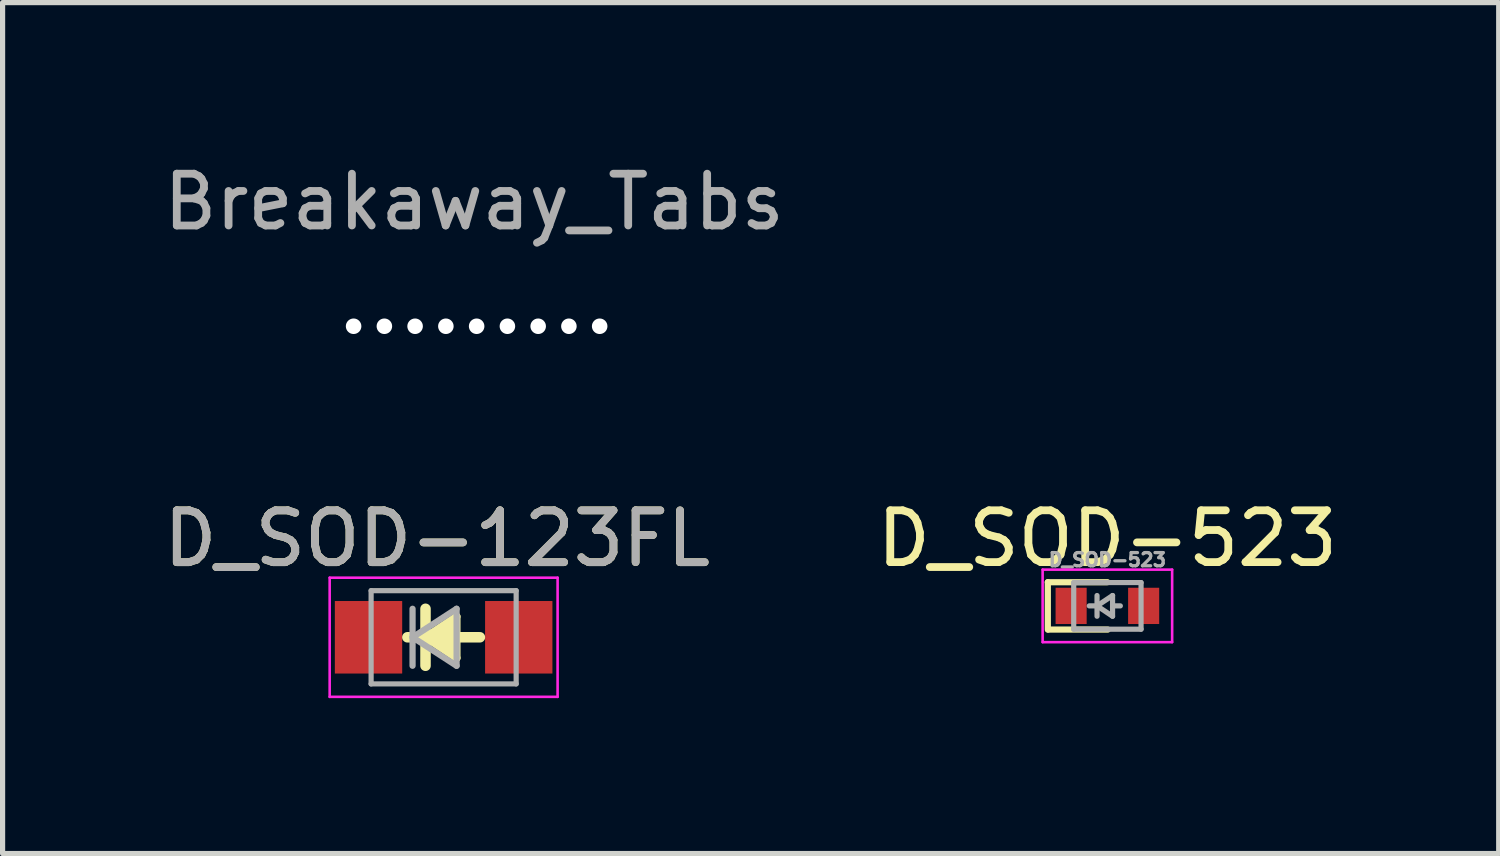
<source format=kicad_pcb>
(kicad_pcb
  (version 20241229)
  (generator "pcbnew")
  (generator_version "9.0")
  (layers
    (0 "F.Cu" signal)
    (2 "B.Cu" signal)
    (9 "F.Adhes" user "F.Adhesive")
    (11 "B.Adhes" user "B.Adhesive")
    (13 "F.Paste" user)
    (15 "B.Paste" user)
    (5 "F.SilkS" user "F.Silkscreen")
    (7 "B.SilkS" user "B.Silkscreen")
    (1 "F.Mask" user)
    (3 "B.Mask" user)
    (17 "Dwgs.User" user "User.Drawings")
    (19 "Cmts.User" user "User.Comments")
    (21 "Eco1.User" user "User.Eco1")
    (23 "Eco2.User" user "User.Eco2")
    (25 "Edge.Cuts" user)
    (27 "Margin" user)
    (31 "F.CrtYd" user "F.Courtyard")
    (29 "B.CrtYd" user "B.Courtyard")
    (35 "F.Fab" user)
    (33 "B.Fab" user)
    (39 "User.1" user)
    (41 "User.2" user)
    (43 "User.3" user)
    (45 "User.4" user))
  (footprint "D_SOD-123FL"
    (layer "F.Cu")
    (at 5.514 9.252)
    (property "Reference" "D_SOD-123FL" (at -0.127 -1.905 180) (layer "F.SilkS") (effects (font (size 1 1) (thickness 0.15))))
    (attr smd)
    (fp_line (start -0.7 0) (end -0.35 0) (stroke (width 0.203) (type solid)) (layer "F.SilkS"))
    (fp_line (start -0.35 0) (end -0.35 -0.55) (stroke (width 0.203) (type solid)) (layer "F.SilkS"))
    (fp_line (start -0.35 0) (end -0.35 0.55) (stroke (width 0.203) (type solid)) (layer "F.SilkS"))
    (fp_line (start -0.35 0) (end 0.25 -0.4) (stroke (width 0.152) (type solid)) (layer "F.SilkS"))
    (fp_line (start -0.15 0) (end 0.7 0) (stroke (width 0.203) (type solid)) (layer "F.SilkS"))
    (fp_line (start -0.05 0.1) (end -0.05 -0.1) (stroke (width 0.254) (type solid)) (layer "F.SilkS"))
    (fp_line (start 0.15 0.25) (end 0.15 -0.25) (stroke (width 0.254) (type solid)) (layer "F.SilkS"))
    (fp_line (start 0.25 -0.4) (end 0.25 0.4) (stroke (width 0.152) (type solid)) (layer "F.SilkS"))
    (fp_line (start 0.25 0.4) (end -0.35 0) (stroke (width 0.152) (type solid)) (layer "F.SilkS"))
    (fp_line (start -2.2 -1.15) (end -2.2 1.15) (stroke (width 0.05) (type solid)) (layer "F.CrtYd"))
    (fp_line (start -2.2 -1.15) (end 2.2 -1.15) (stroke (width 0.05) (type solid)) (layer "F.CrtYd"))
    (fp_line (start 2.2 -1.15) (end 2.2 1.15) (stroke (width 0.05) (type solid)) (layer "F.CrtYd"))
    (fp_line (start 2.2 1.15) (end -2.2 1.15) (stroke (width 0.05) (type solid)) (layer "F.CrtYd"))
    (fp_line (start -1.4 -0.9) (end 1.4 -0.9) (stroke (width 0.1) (type solid)) (layer "F.Fab"))
    (fp_line (start -1.4 0.9) (end -1.4 -0.9) (stroke (width 0.1) (type solid)) (layer "F.Fab"))
    (fp_line (start -0.6 -0.55) (end -0.6 0.55) (stroke (width 0.12) (type solid)) (layer "F.Fab"))
    (fp_line (start -0.6 0) (end 0.25 0.55) (stroke (width 0.12) (type solid)) (layer "F.Fab"))
    (fp_line (start 0.25 -0.55) (end -0.6 0) (stroke (width 0.12) (type solid)) (layer "F.Fab"))
    (fp_line (start 0.25 0.55) (end 0.25 -0.55) (stroke (width 0.12) (type solid)) (layer "F.Fab"))
    (fp_line (start 1.4 -0.9) (end 1.4 0.9) (stroke (width 0.1) (type solid)) (layer "F.Fab"))
    (fp_line (start 1.4 0.9) (end -1.4 0.9) (stroke (width 0.1) (type solid)) (layer "F.Fab"))
    (fp_text user "${REFERENCE}" (at -0.127 -1.905 180) (layer "F.Fab") (effects (font (size 1 1) (thickness 0.15))))
    (pad "1" smd rect (at -1.45 0) (size 1.3 1.4) (layers "F.Cu" "F.Mask" "F.Paste"))
    (pad "2" smd rect (at 1.45 0) (size 1.3 1.4) (layers "F.Cu" "F.Mask" "F.Paste")))
  (footprint "Breakaway_Tabs"
    (layer "F.Cu")
    (at 6.151 3.248)
    (property "Reference" "Breakaway_Tabs" (at -0.05 -2.4 0) (layer "F.Fab") (effects (font (size 1 1) (thickness 0.15))))
    (attr through_hole)
    (pad "" np_thru_hole circle (at -2.375 0) (size 0.3 0.3) (drill 0.3) (layers "*.Cu" "*.Mask"))
    (pad "" np_thru_hole circle (at -1.781 0) (size 0.3 0.3) (drill 0.3) (layers "*.Cu" "*.Mask"))
    (pad "" np_thru_hole circle (at -1.188 0) (size 0.3 0.3) (drill 0.3) (layers "*.Cu" "*.Mask"))
    (pad "" np_thru_hole circle (at -0.594 0) (size 0.3 0.3) (drill 0.3) (layers "*.Cu" "*.Mask"))
    (pad "" np_thru_hole circle (at 0 0) (size 0.3 0.3) (drill 0.3) (layers "*.Cu" "*.Mask"))
    (pad "" np_thru_hole circle (at 0.594 0) (size 0.3 0.3) (drill 0.3) (layers "*.Cu" "*.Mask"))
    (pad "" np_thru_hole circle (at 1.188 0) (size 0.3 0.3) (drill 0.3) (layers "*.Cu" "*.Mask"))
    (pad "" np_thru_hole circle (at 1.781 0) (size 0.3 0.3) (drill 0.3) (layers "*.Cu" "*.Mask"))
    (pad "" np_thru_hole circle (at 2.375 0) (size 0.3 0.3) (drill 0.3) (layers "*.Cu" "*.Mask")))
  (footprint "D_SOD-523"
    (layer "F.Cu")
    (at 18.327 8.646)
    (property "Reference" "D_SOD-523" (at 0 -1.3 180) (layer "F.SilkS") (effects (font (size 1 1) (thickness 0.15))))
    (attr smd)
    (fp_line (start -1.15 -0.457) (end -1.15 0.457) (stroke (width 0.12) (type solid)) (layer "F.SilkS"))
    (fp_line (start 0 -0.457) (end -1.15 -0.457) (stroke (width 0.12) (type solid)) (layer "F.SilkS"))
    (fp_line (start 0.007 0.457) (end -1.143 0.457) (stroke (width 0.12) (type solid)) (layer "F.SilkS"))
    (fp_line (start -1.25 -0.7) (end 1.25 -0.7) (stroke (width 0.05) (type solid)) (layer "F.CrtYd"))
    (fp_line (start -1.25 0.7) (end -1.25 -0.7) (stroke (width 0.05) (type solid)) (layer "F.CrtYd"))
    (fp_line (start 1.25 -0.7) (end 1.25 0.7) (stroke (width 0.05) (type solid)) (layer "F.CrtYd"))
    (fp_line (start 1.25 0.7) (end -1.25 0.7) (stroke (width 0.05) (type solid)) (layer "F.CrtYd"))
    (fp_line (start -0.65 -0.45) (end 0.65 -0.45) (stroke (width 0.1) (type solid)) (layer "F.Fab"))
    (fp_line (start -0.65 0.45) (end -0.65 -0.45) (stroke (width 0.1) (type solid)) (layer "F.Fab"))
    (fp_line (start -0.2 0) (end -0.35 0) (stroke (width 0.1) (type solid)) (layer "F.Fab"))
    (fp_line (start -0.2 0) (end 0.1 0.2) (stroke (width 0.1) (type solid)) (layer "F.Fab"))
    (fp_line (start -0.2 0.2) (end -0.2 -0.2) (stroke (width 0.1) (type solid)) (layer "F.Fab"))
    (fp_line (start 0.1 -0.2) (end -0.2 0) (stroke (width 0.1) (type solid)) (layer "F.Fab"))
    (fp_line (start 0.1 0) (end 0.25 0) (stroke (width 0.1) (type solid)) (layer "F.Fab"))
    (fp_line (start 0.1 0.2) (end 0.1 -0.2) (stroke (width 0.1) (type solid)) (layer "F.Fab"))
    (fp_line (start 0.65 -0.45) (end 0.65 0.45) (stroke (width 0.1) (type solid)) (layer "F.Fab"))
    (fp_line (start 0.65 0.45) (end -0.65 0.45) (stroke (width 0.1) (type solid)) (layer "F.Fab"))
    (fp_text user "${REFERENCE}" (at 0 -0.889 180) (layer "F.Fab") (effects (font (size 0.254 0.254) (thickness 0.064))))
    (pad "1" smd rect (at -0.7 0) (size 0.6 0.7) (layers "F.Cu" "F.Mask" "F.Paste"))
    (pad "2" smd rect (at 0.7 0) (size 0.6 0.7) (layers "F.Cu" "F.Mask" "F.Paste")))
  (gr_rect
    (start -3 -3)
    (end 25.881 13.427)
    (stroke (width 0.1) (type default))
    (fill no)
    (layer "Edge.Cuts")))
</source>
